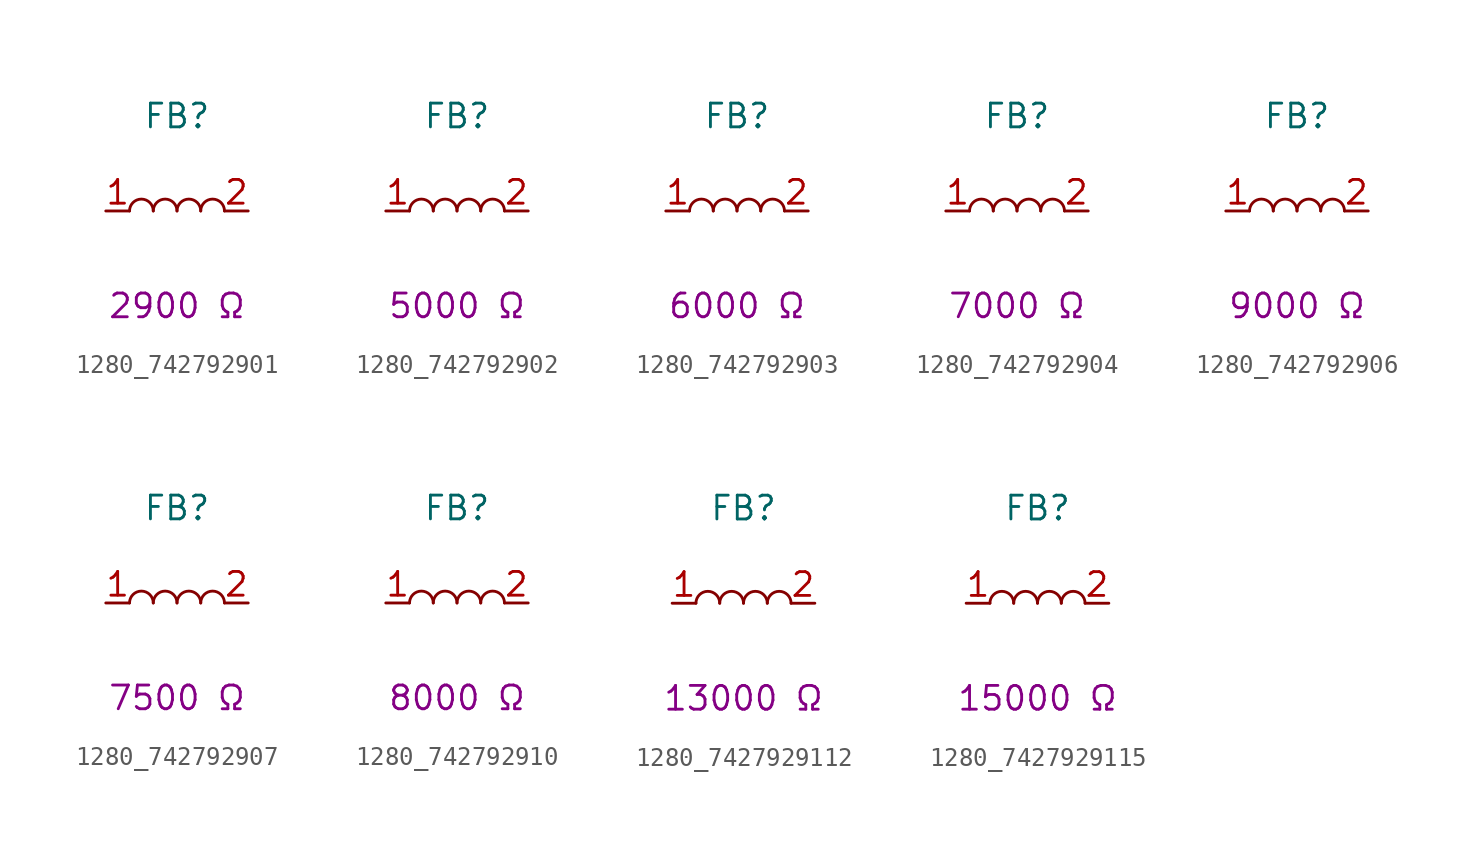
<source format=kicad_sym>
(kicad_symbol_lib
  (version 20220914)
  (generator kicad_symbol_editor)
  (symbol "1280_742792901"
    (pin_names hide)
    (property "Reference" "FB"
      (at 0 5.08 0)
      (effects (font (size 1.27 1.27))))
    (property "Critical Parameter" "2900 Ω"
      (at 0 -5.08 0)
      (effects (font (size 1.27 1.27))))
    (symbol "1280_742792901_0_1"
      (arc (start -1.27 0) (mid -1.905 0.6323) (end -2.54 0) (stroke (width 0) (type default)) (fill (type none)))
      (arc (start 0 0) (mid -0.635 0.6323) (end -1.27 0) (stroke (width 0) (type default)) (fill (type none)))
      (arc (start 1.27 0) (mid 0.635 0.6323) (end 0 0) (stroke (width 0) (type default)) (fill (type none)))
      (arc (start 2.54 0) (mid 1.905 0.6323) (end 1.27 0) (stroke (width 0) (type default)) (fill (type none))))
    (symbol "1280_742792901_1_1"
      (pin passive line (at -3.81 0 0) (length 1.27) (name "1" (effects (font (size 1.27 1.27)))) (number "1" (effects (font (size 1.27 1.27)))))
      (pin passive line (at 3.81 0 180) (length 1.27) (name "2" (effects (font (size 1.27 1.27)))) (number "2" (effects (font (size 1.27 1.27)))))))
  (symbol "1280_742792902"
    (pin_names hide)
    (property "Reference" "FB"
      (at 0 5.08 0)
      (effects (font (size 1.27 1.27))))
    (property "Critical Parameter" "5000 Ω"
      (at 0 -5.08 0)
      (effects (font (size 1.27 1.27))))
    (symbol "1280_742792902_0_1"
      (arc (start -1.27 0) (mid -1.905 0.6323) (end -2.54 0) (stroke (width 0) (type default)) (fill (type none)))
      (arc (start 0 0) (mid -0.635 0.6323) (end -1.27 0) (stroke (width 0) (type default)) (fill (type none)))
      (arc (start 1.27 0) (mid 0.635 0.6323) (end 0 0) (stroke (width 0) (type default)) (fill (type none)))
      (arc (start 2.54 0) (mid 1.905 0.6323) (end 1.27 0) (stroke (width 0) (type default)) (fill (type none))))
    (symbol "1280_742792902_1_1"
      (pin passive line (at -3.81 0 0) (length 1.27) (name "1" (effects (font (size 1.27 1.27)))) (number "1" (effects (font (size 1.27 1.27)))))
      (pin passive line (at 3.81 0 180) (length 1.27) (name "2" (effects (font (size 1.27 1.27)))) (number "2" (effects (font (size 1.27 1.27)))))))
  (symbol "1280_742792903"
    (pin_names hide)
    (property "Reference" "FB"
      (at 0 5.08 0)
      (effects (font (size 1.27 1.27))))
    (property "Critical Parameter" "6000 Ω"
      (at 0 -5.08 0)
      (effects (font (size 1.27 1.27))))
    (symbol "1280_742792903_0_1"
      (arc (start -1.27 0) (mid -1.905 0.6323) (end -2.54 0) (stroke (width 0) (type default)) (fill (type none)))
      (arc (start 0 0) (mid -0.635 0.6323) (end -1.27 0) (stroke (width 0) (type default)) (fill (type none)))
      (arc (start 1.27 0) (mid 0.635 0.6323) (end 0 0) (stroke (width 0) (type default)) (fill (type none)))
      (arc (start 2.54 0) (mid 1.905 0.6323) (end 1.27 0) (stroke (width 0) (type default)) (fill (type none))))
    (symbol "1280_742792903_1_1"
      (pin passive line (at -3.81 0 0) (length 1.27) (name "1" (effects (font (size 1.27 1.27)))) (number "1" (effects (font (size 1.27 1.27)))))
      (pin passive line (at 3.81 0 180) (length 1.27) (name "2" (effects (font (size 1.27 1.27)))) (number "2" (effects (font (size 1.27 1.27)))))))
  (symbol "1280_742792904"
    (pin_names hide)
    (property "Reference" "FB"
      (at 0 5.08 0)
      (effects (font (size 1.27 1.27))))
    (property "Critical Parameter" "7000 Ω"
      (at 0 -5.08 0)
      (effects (font (size 1.27 1.27))))
    (symbol "1280_742792904_0_1"
      (arc (start -1.27 0) (mid -1.905 0.6323) (end -2.54 0) (stroke (width 0) (type default)) (fill (type none)))
      (arc (start 0 0) (mid -0.635 0.6323) (end -1.27 0) (stroke (width 0) (type default)) (fill (type none)))
      (arc (start 1.27 0) (mid 0.635 0.6323) (end 0 0) (stroke (width 0) (type default)) (fill (type none)))
      (arc (start 2.54 0) (mid 1.905 0.6323) (end 1.27 0) (stroke (width 0) (type default)) (fill (type none))))
    (symbol "1280_742792904_1_1"
      (pin passive line (at -3.81 0 0) (length 1.27) (name "1" (effects (font (size 1.27 1.27)))) (number "1" (effects (font (size 1.27 1.27)))))
      (pin passive line (at 3.81 0 180) (length 1.27) (name "2" (effects (font (size 1.27 1.27)))) (number "2" (effects (font (size 1.27 1.27)))))))
  (symbol "1280_742792906"
    (pin_names hide)
    (property "Reference" "FB"
      (at 0 5.08 0)
      (effects (font (size 1.27 1.27))))
    (property "Critical Parameter" "9000 Ω"
      (at 0 -5.08 0)
      (effects (font (size 1.27 1.27))))
    (symbol "1280_742792906_0_1"
      (arc (start -1.27 0) (mid -1.905 0.6323) (end -2.54 0) (stroke (width 0) (type default)) (fill (type none)))
      (arc (start 0 0) (mid -0.635 0.6323) (end -1.27 0) (stroke (width 0) (type default)) (fill (type none)))
      (arc (start 1.27 0) (mid 0.635 0.6323) (end 0 0) (stroke (width 0) (type default)) (fill (type none)))
      (arc (start 2.54 0) (mid 1.905 0.6323) (end 1.27 0) (stroke (width 0) (type default)) (fill (type none))))
    (symbol "1280_742792906_1_1"
      (pin passive line (at -3.81 0 0) (length 1.27) (name "1" (effects (font (size 1.27 1.27)))) (number "1" (effects (font (size 1.27 1.27)))))
      (pin passive line (at 3.81 0 180) (length 1.27) (name "2" (effects (font (size 1.27 1.27)))) (number "2" (effects (font (size 1.27 1.27)))))))
  (symbol "1280_742792907"
    (pin_names hide)
    (property "Reference" "FB"
      (at 0 5.08 0)
      (effects (font (size 1.27 1.27))))
    (property "Critical Parameter" "7500 Ω"
      (at 0 -5.08 0)
      (effects (font (size 1.27 1.27))))
    (symbol "1280_742792907_0_1"
      (arc (start -1.27 0) (mid -1.905 0.6323) (end -2.54 0) (stroke (width 0) (type default)) (fill (type none)))
      (arc (start 0 0) (mid -0.635 0.6323) (end -1.27 0) (stroke (width 0) (type default)) (fill (type none)))
      (arc (start 1.27 0) (mid 0.635 0.6323) (end 0 0) (stroke (width 0) (type default)) (fill (type none)))
      (arc (start 2.54 0) (mid 1.905 0.6323) (end 1.27 0) (stroke (width 0) (type default)) (fill (type none))))
    (symbol "1280_742792907_1_1"
      (pin passive line (at -3.81 0 0) (length 1.27) (name "1" (effects (font (size 1.27 1.27)))) (number "1" (effects (font (size 1.27 1.27)))))
      (pin passive line (at 3.81 0 180) (length 1.27) (name "2" (effects (font (size 1.27 1.27)))) (number "2" (effects (font (size 1.27 1.27)))))))
  (symbol "1280_742792910"
    (pin_names hide)
    (property "Reference" "FB"
      (at 0 5.08 0)
      (effects (font (size 1.27 1.27))))
    (property "Critical Parameter" "8000 Ω"
      (at 0 -5.08 0)
      (effects (font (size 1.27 1.27))))
    (symbol "1280_742792910_0_1"
      (arc (start -1.27 0) (mid -1.905 0.6323) (end -2.54 0) (stroke (width 0) (type default)) (fill (type none)))
      (arc (start 0 0) (mid -0.635 0.6323) (end -1.27 0) (stroke (width 0) (type default)) (fill (type none)))
      (arc (start 1.27 0) (mid 0.635 0.6323) (end 0 0) (stroke (width 0) (type default)) (fill (type none)))
      (arc (start 2.54 0) (mid 1.905 0.6323) (end 1.27 0) (stroke (width 0) (type default)) (fill (type none))))
    (symbol "1280_742792910_1_1"
      (pin passive line (at -3.81 0 0) (length 1.27) (name "1" (effects (font (size 1.27 1.27)))) (number "1" (effects (font (size 1.27 1.27)))))
      (pin passive line (at 3.81 0 180) (length 1.27) (name "2" (effects (font (size 1.27 1.27)))) (number "2" (effects (font (size 1.27 1.27)))))))
  (symbol "1280_7427929112"
    (pin_names hide)
    (property "Reference" "FB"
      (at 0 5.08 0)
      (effects (font (size 1.27 1.27))))
    (property "Critical Parameter" "13000 Ω"
      (at 0 -5.08 0)
      (effects (font (size 1.27 1.27))))
    (symbol "1280_7427929112_0_1"
      (arc (start -1.27 0) (mid -1.905 0.6323) (end -2.54 0) (stroke (width 0) (type default)) (fill (type none)))
      (arc (start 0 0) (mid -0.635 0.6323) (end -1.27 0) (stroke (width 0) (type default)) (fill (type none)))
      (arc (start 1.27 0) (mid 0.635 0.6323) (end 0 0) (stroke (width 0) (type default)) (fill (type none)))
      (arc (start 2.54 0) (mid 1.905 0.6323) (end 1.27 0) (stroke (width 0) (type default)) (fill (type none))))
    (symbol "1280_7427929112_1_1"
      (pin passive line (at -3.81 0 0) (length 1.27) (name "1" (effects (font (size 1.27 1.27)))) (number "1" (effects (font (size 1.27 1.27)))))
      (pin passive line (at 3.81 0 180) (length 1.27) (name "2" (effects (font (size 1.27 1.27)))) (number "2" (effects (font (size 1.27 1.27)))))))
  (symbol "1280_7427929115"
    (pin_names hide)
    (property "Reference" "FB"
      (at 0 5.08 0)
      (effects (font (size 1.27 1.27))))
    (property "Critical Parameter" "15000 Ω"
      (at 0 -5.08 0)
      (effects (font (size 1.27 1.27))))
    (symbol "1280_7427929115_0_1"
      (arc (start -1.27 0) (mid -1.905 0.6323) (end -2.54 0) (stroke (width 0) (type default)) (fill (type none)))
      (arc (start 0 0) (mid -0.635 0.6323) (end -1.27 0) (stroke (width 0) (type default)) (fill (type none)))
      (arc (start 1.27 0) (mid 0.635 0.6323) (end 0 0) (stroke (width 0) (type default)) (fill (type none)))
      (arc (start 2.54 0) (mid 1.905 0.6323) (end 1.27 0) (stroke (width 0) (type default)) (fill (type none))))
    (symbol "1280_7427929115_1_1"
      (pin passive line (at -3.81 0 0) (length 1.27) (name "1" (effects (font (size 1.27 1.27)))) (number "1" (effects (font (size 1.27 1.27)))))
      (pin passive line (at 3.81 0 180) (length 1.27) (name "2" (effects (font (size 1.27 1.27)))) (number "2" (effects (font (size 1.27 1.27))))))))
</source>
